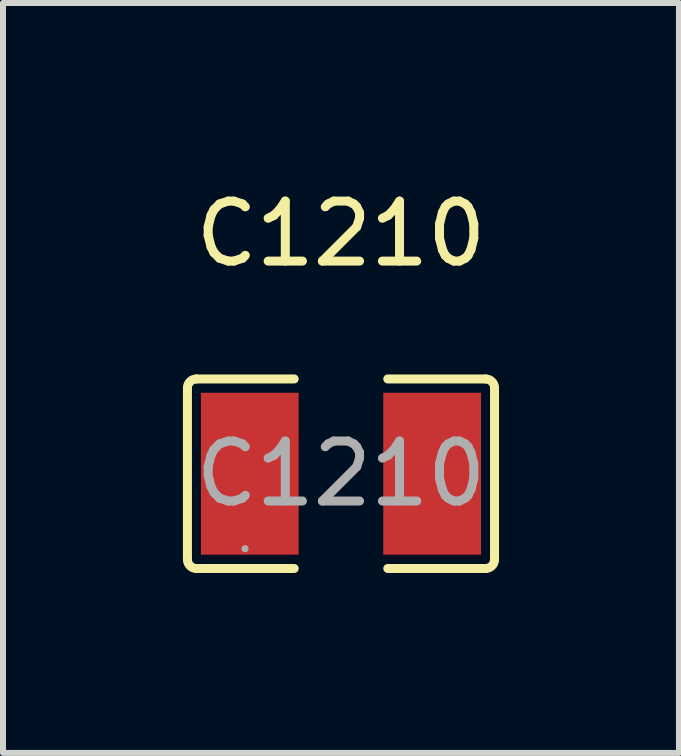
<source format=kicad_pcb>
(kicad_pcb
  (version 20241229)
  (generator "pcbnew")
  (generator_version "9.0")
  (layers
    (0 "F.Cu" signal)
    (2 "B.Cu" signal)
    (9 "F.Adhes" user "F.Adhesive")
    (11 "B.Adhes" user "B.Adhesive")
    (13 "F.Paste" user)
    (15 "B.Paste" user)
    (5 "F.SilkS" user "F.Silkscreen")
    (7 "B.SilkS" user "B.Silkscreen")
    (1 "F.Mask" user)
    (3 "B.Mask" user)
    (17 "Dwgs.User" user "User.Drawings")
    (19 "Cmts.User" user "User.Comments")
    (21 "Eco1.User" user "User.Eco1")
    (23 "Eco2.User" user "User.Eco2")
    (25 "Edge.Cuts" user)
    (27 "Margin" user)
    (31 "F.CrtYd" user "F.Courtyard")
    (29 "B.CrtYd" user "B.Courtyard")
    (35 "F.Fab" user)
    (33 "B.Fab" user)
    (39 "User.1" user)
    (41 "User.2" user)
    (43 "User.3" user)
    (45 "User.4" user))
  (footprint "C1210"
    (layer "F.Cu")
    (at 2.635 4.848)
    (property "Reference" "C1210" (at 0 -4 0) (layer "F.SilkS") (effects (font (size 1 1) (thickness 0.15))))
    (attr smd)
    (fp_line (start -2.56 1.43) (end -2.56 -1.43) (stroke (width 0.15) (type solid)) (layer "F.SilkS"))
    (fp_line (start -2.41 -1.58) (end -0.78 -1.58) (stroke (width 0.15) (type solid)) (layer "F.SilkS"))
    (fp_line (start -0.78 1.58) (end -2.41 1.58) (stroke (width 0.15) (type solid)) (layer "F.SilkS"))
    (fp_line (start 0.78 1.58) (end 2.41 1.58) (stroke (width 0.15) (type solid)) (layer "F.SilkS"))
    (fp_line (start 2.41 -1.58) (end 0.78 -1.58) (stroke (width 0.15) (type solid)) (layer "F.SilkS"))
    (fp_line (start 2.56 1.43) (end 2.56 -1.43) (stroke (width 0.15) (type solid)) (layer "F.SilkS"))
    (fp_arc (start -2.56 -1.43) (mid -2.516066 -1.536066) (end -2.41 -1.58) (stroke (width 0.15) (type solid)) (layer "F.SilkS"))
    (fp_arc (start -2.41 1.58) (mid -2.516066 1.536066) (end -2.56 1.43) (stroke (width 0.15) (type solid)) (layer "F.SilkS"))
    (fp_arc (start 2.41 -1.58) (mid 2.516066 -1.536066) (end 2.56 -1.43) (stroke (width 0.15) (type solid)) (layer "F.SilkS"))
    (fp_arc (start 2.56 1.43) (mid 2.516066 1.536066) (end 2.41 1.58) (stroke (width 0.15) (type solid)) (layer "F.SilkS"))
    (fp_circle (center -1.6 1.25) (end -1.57 1.25) (stroke (width 0.06) (type solid)) (fill no) (layer "F.Fab"))
    (fp_text user "${REFERENCE}" (at 0 0 0) (layer "F.Fab") (effects (font (size 1 1) (thickness 0.15))))
    (pad "1" smd rect (at -1.52 0) (size 1.63 2.7) (layers "F.Cu" "F.Mask" "F.Paste"))
    (pad "2" smd rect (at 1.52 0) (size 1.63 2.7) (layers "F.Cu" "F.Mask" "F.Paste")))
  (gr_rect
    (start -3 -3)
    (end 8.27 9.503)
    (stroke (width 0.1) (type default))
    (fill no)
    (layer "Edge.Cuts")))
</source>
